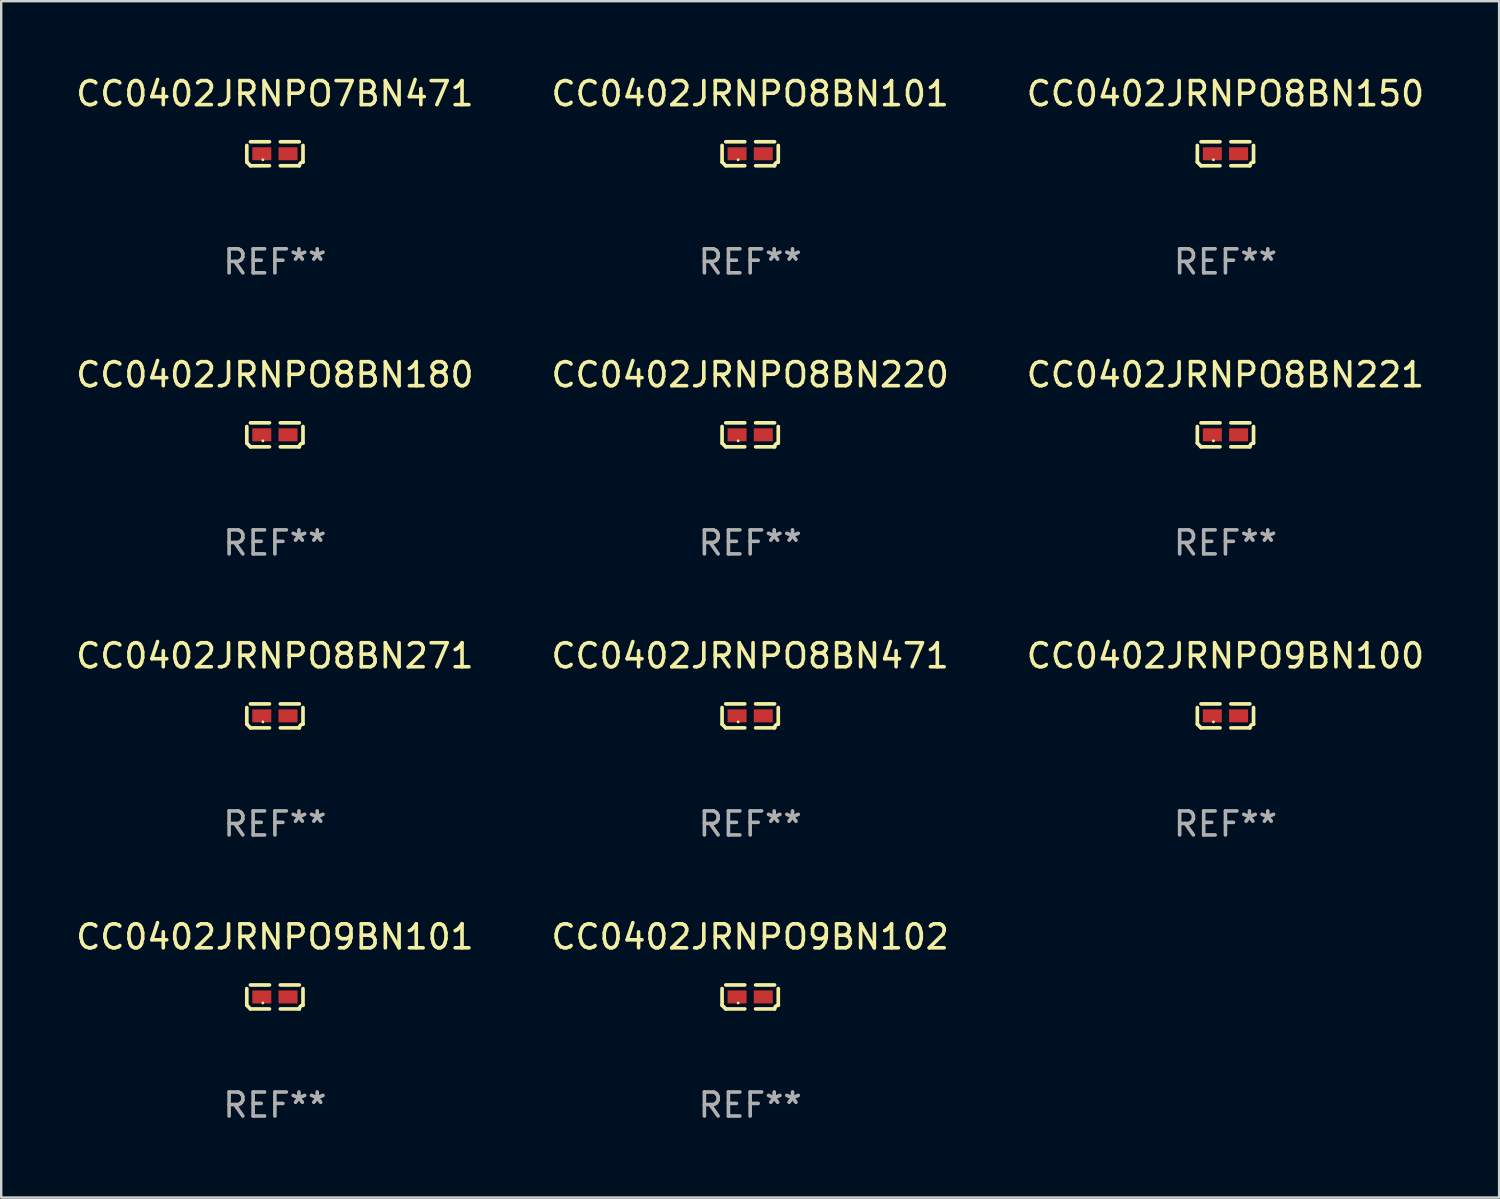
<source format=kicad_pcb>
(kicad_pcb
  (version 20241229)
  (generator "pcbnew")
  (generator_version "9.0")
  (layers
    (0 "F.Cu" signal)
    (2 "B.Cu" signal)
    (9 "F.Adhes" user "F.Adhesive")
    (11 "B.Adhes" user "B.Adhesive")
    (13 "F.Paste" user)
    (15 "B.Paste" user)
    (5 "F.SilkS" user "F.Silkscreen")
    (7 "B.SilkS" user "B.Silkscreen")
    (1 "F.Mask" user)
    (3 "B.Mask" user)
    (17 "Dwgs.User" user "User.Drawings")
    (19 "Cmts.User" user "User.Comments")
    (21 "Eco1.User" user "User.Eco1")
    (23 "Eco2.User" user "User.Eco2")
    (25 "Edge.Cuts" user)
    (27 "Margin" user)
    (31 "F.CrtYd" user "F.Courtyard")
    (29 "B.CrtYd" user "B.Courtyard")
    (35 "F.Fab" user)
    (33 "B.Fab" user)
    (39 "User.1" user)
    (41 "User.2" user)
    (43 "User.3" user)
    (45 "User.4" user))
  (footprint "CC0402JRNPO8BN180"
    (layer "F.Cu")
    (at 8.387 15.041)
    (property "Reference" "CC0402JRNPO8BN180" (at 0 -2.499 0) (layer "F.SilkS") (effects (font (size 1 1) (thickness 0.15))))
    (attr through_hole)
    (fp_line (start -1.169 0.346) (end -1.169 -0.346) (stroke (width 0.152) (type solid)) (layer "F.SilkS"))
    (fp_line (start -1.016 -0.499) (end -0.226 -0.499) (stroke (width 0.152) (type solid)) (layer "F.SilkS"))
    (fp_line (start -0.226 0.499) (end -1.016 0.499) (stroke (width 0.152) (type solid)) (layer "F.SilkS"))
    (fp_line (start 0.226 0.499) (end 1.016 0.499) (stroke (width 0.152) (type solid)) (layer "F.SilkS"))
    (fp_line (start 1.016 -0.499) (end 0.226 -0.499) (stroke (width 0.152) (type solid)) (layer "F.SilkS"))
    (fp_line (start 1.169 0.346) (end 1.169 -0.346) (stroke (width 0.152) (type solid)) (layer "F.SilkS"))
    (fp_arc (start -1.016307 0.498603) (mid -1.092512 0.422405) (end -1.16871 0.3462) (stroke (width 0.1524) (type solid)) (layer "F.SilkS"))
    (fp_arc (start 1.016307 0.498603) (mid 1.060899 0.390758) (end 1.168707 0.346076) (stroke (width 0.1524) (type solid)) (layer "F.SilkS"))
    (fp_circle (center -0.5 0.25) (end -0.47 0.25) (stroke (width 0.06) (type solid)) (fill no) (layer "F.SilkS"))
    (fp_text user "REF**" (at 0 4.499 0) (layer "F.Fab") (effects (font (size 1 1) (thickness 0.15))))
    (pad "1" smd rect (at -0.545 0) (size 0.79 0.54) (layers "F.Cu" "F.Mask" "F.Paste"))
    (pad "2" smd rect (at 0.545 0) (size 0.79 0.54) (layers "F.Cu" "F.Mask" "F.Paste")))
  (footprint "CC0402JRNPO8BN471"
    (layer "F.Cu")
    (at 28.161 26.734)
    (property "Reference" "CC0402JRNPO8BN471" (at 0 -2.499 0) (layer "F.SilkS") (effects (font (size 1 1) (thickness 0.15))))
    (attr through_hole)
    (fp_line (start -1.169 0.346) (end -1.169 -0.346) (stroke (width 0.152) (type solid)) (layer "F.SilkS"))
    (fp_line (start -1.016 -0.499) (end -0.226 -0.499) (stroke (width 0.152) (type solid)) (layer "F.SilkS"))
    (fp_line (start -0.226 0.499) (end -1.016 0.499) (stroke (width 0.152) (type solid)) (layer "F.SilkS"))
    (fp_line (start 0.226 0.499) (end 1.016 0.499) (stroke (width 0.152) (type solid)) (layer "F.SilkS"))
    (fp_line (start 1.016 -0.499) (end 0.226 -0.499) (stroke (width 0.152) (type solid)) (layer "F.SilkS"))
    (fp_line (start 1.169 0.346) (end 1.169 -0.346) (stroke (width 0.152) (type solid)) (layer "F.SilkS"))
    (fp_arc (start -1.016307 0.498603) (mid -1.092512 0.422405) (end -1.16871 0.3462) (stroke (width 0.1524) (type solid)) (layer "F.SilkS"))
    (fp_arc (start 1.016307 0.498603) (mid 1.060899 0.390758) (end 1.168707 0.346076) (stroke (width 0.1524) (type solid)) (layer "F.SilkS"))
    (fp_circle (center -0.5 0.25) (end -0.47 0.25) (stroke (width 0.06) (type solid)) (fill no) (layer "F.SilkS"))
    (fp_text user "REF**" (at 0 4.499 0) (layer "F.Fab") (effects (font (size 1 1) (thickness 0.15))))
    (pad "1" smd rect (at -0.545 0) (size 0.79 0.54) (layers "F.Cu" "F.Mask" "F.Paste"))
    (pad "2" smd rect (at 0.545 0) (size 0.79 0.54) (layers "F.Cu" "F.Mask" "F.Paste")))
  (footprint "CC0402JRNPO9BN102"
    (layer "F.Cu")
    (at 28.161 38.428)
    (property "Reference" "CC0402JRNPO9BN102" (at 0 -2.499 0) (layer "F.SilkS") (effects (font (size 1 1) (thickness 0.15))))
    (attr through_hole)
    (fp_line (start -1.169 0.346) (end -1.169 -0.346) (stroke (width 0.152) (type solid)) (layer "F.SilkS"))
    (fp_line (start -1.016 -0.499) (end -0.226 -0.499) (stroke (width 0.152) (type solid)) (layer "F.SilkS"))
    (fp_line (start -0.226 0.499) (end -1.016 0.499) (stroke (width 0.152) (type solid)) (layer "F.SilkS"))
    (fp_line (start 0.226 0.499) (end 1.016 0.499) (stroke (width 0.152) (type solid)) (layer "F.SilkS"))
    (fp_line (start 1.016 -0.499) (end 0.226 -0.499) (stroke (width 0.152) (type solid)) (layer "F.SilkS"))
    (fp_line (start 1.169 0.346) (end 1.169 -0.346) (stroke (width 0.152) (type solid)) (layer "F.SilkS"))
    (fp_arc (start -1.016307 0.498603) (mid -1.092512 0.422405) (end -1.16871 0.3462) (stroke (width 0.1524) (type solid)) (layer "F.SilkS"))
    (fp_arc (start 1.016307 0.498603) (mid 1.060899 0.390758) (end 1.168707 0.346076) (stroke (width 0.1524) (type solid)) (layer "F.SilkS"))
    (fp_circle (center -0.5 0.25) (end -0.47 0.25) (stroke (width 0.06) (type solid)) (fill no) (layer "F.SilkS"))
    (fp_text user "REF**" (at 0 4.499 0) (layer "F.Fab") (effects (font (size 1 1) (thickness 0.15))))
    (pad "1" smd rect (at -0.545 0) (size 0.79 0.54) (layers "F.Cu" "F.Mask" "F.Paste"))
    (pad "2" smd rect (at 0.545 0) (size 0.79 0.54) (layers "F.Cu" "F.Mask" "F.Paste")))
  (footprint "CC0402JRNPO8BN221"
    (layer "F.Cu")
    (at 47.935 15.041)
    (property "Reference" "CC0402JRNPO8BN221" (at 0 -2.499 0) (layer "F.SilkS") (effects (font (size 1 1) (thickness 0.15))))
    (attr through_hole)
    (fp_line (start -1.169 0.346) (end -1.169 -0.346) (stroke (width 0.152) (type solid)) (layer "F.SilkS"))
    (fp_line (start -1.016 -0.499) (end -0.226 -0.499) (stroke (width 0.152) (type solid)) (layer "F.SilkS"))
    (fp_line (start -0.226 0.499) (end -1.016 0.499) (stroke (width 0.152) (type solid)) (layer "F.SilkS"))
    (fp_line (start 0.226 0.499) (end 1.016 0.499) (stroke (width 0.152) (type solid)) (layer "F.SilkS"))
    (fp_line (start 1.016 -0.499) (end 0.226 -0.499) (stroke (width 0.152) (type solid)) (layer "F.SilkS"))
    (fp_line (start 1.169 0.346) (end 1.169 -0.346) (stroke (width 0.152) (type solid)) (layer "F.SilkS"))
    (fp_arc (start -1.016307 0.498603) (mid -1.092512 0.422405) (end -1.16871 0.3462) (stroke (width 0.1524) (type solid)) (layer "F.SilkS"))
    (fp_arc (start 1.016307 0.498603) (mid 1.060899 0.390758) (end 1.168707 0.346076) (stroke (width 0.1524) (type solid)) (layer "F.SilkS"))
    (fp_circle (center -0.5 0.25) (end -0.47 0.25) (stroke (width 0.06) (type solid)) (fill no) (layer "F.SilkS"))
    (fp_text user "REF**" (at 0 4.499 0) (layer "F.Fab") (effects (font (size 1 1) (thickness 0.15))))
    (pad "1" smd rect (at -0.545 0) (size 0.79 0.54) (layers "F.Cu" "F.Mask" "F.Paste"))
    (pad "2" smd rect (at 0.545 0) (size 0.79 0.54) (layers "F.Cu" "F.Mask" "F.Paste")))
  (footprint "CC0402JRNPO9BN100"
    (layer "F.Cu")
    (at 47.935 26.734)
    (property "Reference" "CC0402JRNPO9BN100" (at 0 -2.499 0) (layer "F.SilkS") (effects (font (size 1 1) (thickness 0.15))))
    (attr through_hole)
    (fp_line (start -1.169 0.346) (end -1.169 -0.346) (stroke (width 0.152) (type solid)) (layer "F.SilkS"))
    (fp_line (start -1.016 -0.499) (end -0.226 -0.499) (stroke (width 0.152) (type solid)) (layer "F.SilkS"))
    (fp_line (start -0.226 0.499) (end -1.016 0.499) (stroke (width 0.152) (type solid)) (layer "F.SilkS"))
    (fp_line (start 0.226 0.499) (end 1.016 0.499) (stroke (width 0.152) (type solid)) (layer "F.SilkS"))
    (fp_line (start 1.016 -0.499) (end 0.226 -0.499) (stroke (width 0.152) (type solid)) (layer "F.SilkS"))
    (fp_line (start 1.169 0.346) (end 1.169 -0.346) (stroke (width 0.152) (type solid)) (layer "F.SilkS"))
    (fp_arc (start -1.016307 0.498603) (mid -1.092512 0.422405) (end -1.16871 0.3462) (stroke (width 0.1524) (type solid)) (layer "F.SilkS"))
    (fp_arc (start 1.016307 0.498603) (mid 1.060899 0.390758) (end 1.168707 0.346076) (stroke (width 0.1524) (type solid)) (layer "F.SilkS"))
    (fp_circle (center -0.5 0.25) (end -0.47 0.25) (stroke (width 0.06) (type solid)) (fill no) (layer "F.SilkS"))
    (fp_text user "REF**" (at 0 4.499 0) (layer "F.Fab") (effects (font (size 1 1) (thickness 0.15))))
    (pad "1" smd rect (at -0.545 0) (size 0.79 0.54) (layers "F.Cu" "F.Mask" "F.Paste"))
    (pad "2" smd rect (at 0.545 0) (size 0.79 0.54) (layers "F.Cu" "F.Mask" "F.Paste")))
  (footprint "CC0402JRNPO7BN471"
    (layer "F.Cu")
    (at 8.387 3.347)
    (property "Reference" "CC0402JRNPO7BN471" (at 0 -2.499 0) (layer "F.SilkS") (effects (font (size 1 1) (thickness 0.15))))
    (attr through_hole)
    (fp_line (start -1.169 0.346) (end -1.169 -0.346) (stroke (width 0.152) (type solid)) (layer "F.SilkS"))
    (fp_line (start -1.016 -0.499) (end -0.226 -0.499) (stroke (width 0.152) (type solid)) (layer "F.SilkS"))
    (fp_line (start -0.226 0.499) (end -1.016 0.499) (stroke (width 0.152) (type solid)) (layer "F.SilkS"))
    (fp_line (start 0.226 0.499) (end 1.016 0.499) (stroke (width 0.152) (type solid)) (layer "F.SilkS"))
    (fp_line (start 1.016 -0.499) (end 0.226 -0.499) (stroke (width 0.152) (type solid)) (layer "F.SilkS"))
    (fp_line (start 1.169 0.346) (end 1.169 -0.346) (stroke (width 0.152) (type solid)) (layer "F.SilkS"))
    (fp_arc (start -1.016307 0.498603) (mid -1.092512 0.422405) (end -1.16871 0.3462) (stroke (width 0.1524) (type solid)) (layer "F.SilkS"))
    (fp_arc (start 1.016307 0.498603) (mid 1.060899 0.390758) (end 1.168707 0.346076) (stroke (width 0.1524) (type solid)) (layer "F.SilkS"))
    (fp_circle (center -0.5 0.25) (end -0.47 0.25) (stroke (width 0.06) (type solid)) (fill no) (layer "F.SilkS"))
    (fp_text user "REF**" (at 0 4.499 0) (layer "F.Fab") (effects (font (size 1 1) (thickness 0.15))))
    (pad "1" smd rect (at -0.545 0) (size 0.79 0.54) (layers "F.Cu" "F.Mask" "F.Paste"))
    (pad "2" smd rect (at 0.545 0) (size 0.79 0.54) (layers "F.Cu" "F.Mask" "F.Paste")))
  (footprint "CC0402JRNPO8BN271"
    (layer "F.Cu")
    (at 8.387 26.734)
    (property "Reference" "CC0402JRNPO8BN271" (at 0 -2.499 0) (layer "F.SilkS") (effects (font (size 1 1) (thickness 0.15))))
    (attr through_hole)
    (fp_line (start -1.169 0.346) (end -1.169 -0.346) (stroke (width 0.152) (type solid)) (layer "F.SilkS"))
    (fp_line (start -1.016 -0.499) (end -0.226 -0.499) (stroke (width 0.152) (type solid)) (layer "F.SilkS"))
    (fp_line (start -0.226 0.499) (end -1.016 0.499) (stroke (width 0.152) (type solid)) (layer "F.SilkS"))
    (fp_line (start 0.226 0.499) (end 1.016 0.499) (stroke (width 0.152) (type solid)) (layer "F.SilkS"))
    (fp_line (start 1.016 -0.499) (end 0.226 -0.499) (stroke (width 0.152) (type solid)) (layer "F.SilkS"))
    (fp_line (start 1.169 0.346) (end 1.169 -0.346) (stroke (width 0.152) (type solid)) (layer "F.SilkS"))
    (fp_arc (start -1.016307 0.498603) (mid -1.092512 0.422405) (end -1.16871 0.3462) (stroke (width 0.1524) (type solid)) (layer "F.SilkS"))
    (fp_arc (start 1.016307 0.498603) (mid 1.060899 0.390758) (end 1.168707 0.346076) (stroke (width 0.1524) (type solid)) (layer "F.SilkS"))
    (fp_circle (center -0.5 0.25) (end -0.47 0.25) (stroke (width 0.06) (type solid)) (fill no) (layer "F.SilkS"))
    (fp_text user "REF**" (at 0 4.499 0) (layer "F.Fab") (effects (font (size 1 1) (thickness 0.15))))
    (pad "1" smd rect (at -0.545 0) (size 0.79 0.54) (layers "F.Cu" "F.Mask" "F.Paste"))
    (pad "2" smd rect (at 0.545 0) (size 0.79 0.54) (layers "F.Cu" "F.Mask" "F.Paste")))
  (footprint "CC0402JRNPO8BN101"
    (layer "F.Cu")
    (at 28.161 3.347)
    (property "Reference" "CC0402JRNPO8BN101" (at 0 -2.499 0) (layer "F.SilkS") (effects (font (size 1 1) (thickness 0.15))))
    (attr through_hole)
    (fp_line (start -1.169 0.346) (end -1.169 -0.346) (stroke (width 0.152) (type solid)) (layer "F.SilkS"))
    (fp_line (start -1.016 -0.499) (end -0.226 -0.499) (stroke (width 0.152) (type solid)) (layer "F.SilkS"))
    (fp_line (start -0.226 0.499) (end -1.016 0.499) (stroke (width 0.152) (type solid)) (layer "F.SilkS"))
    (fp_line (start 0.226 0.499) (end 1.016 0.499) (stroke (width 0.152) (type solid)) (layer "F.SilkS"))
    (fp_line (start 1.016 -0.499) (end 0.226 -0.499) (stroke (width 0.152) (type solid)) (layer "F.SilkS"))
    (fp_line (start 1.169 0.346) (end 1.169 -0.346) (stroke (width 0.152) (type solid)) (layer "F.SilkS"))
    (fp_arc (start -1.016307 0.498603) (mid -1.092512 0.422405) (end -1.16871 0.3462) (stroke (width 0.1524) (type solid)) (layer "F.SilkS"))
    (fp_arc (start 1.016307 0.498603) (mid 1.060899 0.390758) (end 1.168707 0.346076) (stroke (width 0.1524) (type solid)) (layer "F.SilkS"))
    (fp_circle (center -0.5 0.25) (end -0.47 0.25) (stroke (width 0.06) (type solid)) (fill no) (layer "F.SilkS"))
    (fp_text user "REF**" (at 0 4.499 0) (layer "F.Fab") (effects (font (size 1 1) (thickness 0.15))))
    (pad "1" smd rect (at -0.545 0) (size 0.79 0.54) (layers "F.Cu" "F.Mask" "F.Paste"))
    (pad "2" smd rect (at 0.545 0) (size 0.79 0.54) (layers "F.Cu" "F.Mask" "F.Paste")))
  (footprint "CC0402JRNPO9BN101"
    (layer "F.Cu")
    (at 8.387 38.428)
    (property "Reference" "CC0402JRNPO9BN101" (at 0 -2.499 0) (layer "F.SilkS") (effects (font (size 1 1) (thickness 0.15))))
    (attr through_hole)
    (fp_line (start -1.169 0.346) (end -1.169 -0.346) (stroke (width 0.152) (type solid)) (layer "F.SilkS"))
    (fp_line (start -1.016 -0.499) (end -0.226 -0.499) (stroke (width 0.152) (type solid)) (layer "F.SilkS"))
    (fp_line (start -0.226 0.499) (end -1.016 0.499) (stroke (width 0.152) (type solid)) (layer "F.SilkS"))
    (fp_line (start 0.226 0.499) (end 1.016 0.499) (stroke (width 0.152) (type solid)) (layer "F.SilkS"))
    (fp_line (start 1.016 -0.499) (end 0.226 -0.499) (stroke (width 0.152) (type solid)) (layer "F.SilkS"))
    (fp_line (start 1.169 0.346) (end 1.169 -0.346) (stroke (width 0.152) (type solid)) (layer "F.SilkS"))
    (fp_arc (start -1.016307 0.498603) (mid -1.092512 0.422405) (end -1.16871 0.3462) (stroke (width 0.1524) (type solid)) (layer "F.SilkS"))
    (fp_arc (start 1.016307 0.498603) (mid 1.060899 0.390758) (end 1.168707 0.346076) (stroke (width 0.1524) (type solid)) (layer "F.SilkS"))
    (fp_circle (center -0.5 0.25) (end -0.47 0.25) (stroke (width 0.06) (type solid)) (fill no) (layer "F.SilkS"))
    (fp_text user "REF**" (at 0 4.499 0) (layer "F.Fab") (effects (font (size 1 1) (thickness 0.15))))
    (pad "1" smd rect (at -0.545 0) (size 0.79 0.54) (layers "F.Cu" "F.Mask" "F.Paste"))
    (pad "2" smd rect (at 0.545 0) (size 0.79 0.54) (layers "F.Cu" "F.Mask" "F.Paste")))
  (footprint "CC0402JRNPO8BN150"
    (layer "F.Cu")
    (at 47.935 3.347)
    (property "Reference" "CC0402JRNPO8BN150" (at 0 -2.499 0) (layer "F.SilkS") (effects (font (size 1 1) (thickness 0.15))))
    (attr through_hole)
    (fp_line (start -1.169 0.346) (end -1.169 -0.346) (stroke (width 0.152) (type solid)) (layer "F.SilkS"))
    (fp_line (start -1.016 -0.499) (end -0.226 -0.499) (stroke (width 0.152) (type solid)) (layer "F.SilkS"))
    (fp_line (start -0.226 0.499) (end -1.016 0.499) (stroke (width 0.152) (type solid)) (layer "F.SilkS"))
    (fp_line (start 0.226 0.499) (end 1.016 0.499) (stroke (width 0.152) (type solid)) (layer "F.SilkS"))
    (fp_line (start 1.016 -0.499) (end 0.226 -0.499) (stroke (width 0.152) (type solid)) (layer "F.SilkS"))
    (fp_line (start 1.169 0.346) (end 1.169 -0.346) (stroke (width 0.152) (type solid)) (layer "F.SilkS"))
    (fp_arc (start -1.016307 0.498603) (mid -1.092512 0.422405) (end -1.16871 0.3462) (stroke (width 0.1524) (type solid)) (layer "F.SilkS"))
    (fp_arc (start 1.016307 0.498603) (mid 1.060899 0.390758) (end 1.168707 0.346076) (stroke (width 0.1524) (type solid)) (layer "F.SilkS"))
    (fp_circle (center -0.5 0.25) (end -0.47 0.25) (stroke (width 0.06) (type solid)) (fill no) (layer "F.SilkS"))
    (fp_text user "REF**" (at 0 4.499 0) (layer "F.Fab") (effects (font (size 1 1) (thickness 0.15))))
    (pad "1" smd rect (at -0.545 0) (size 0.79 0.54) (layers "F.Cu" "F.Mask" "F.Paste"))
    (pad "2" smd rect (at 0.545 0) (size 0.79 0.54) (layers "F.Cu" "F.Mask" "F.Paste")))
  (footprint "CC0402JRNPO8BN220"
    (layer "F.Cu")
    (at 28.161 15.041)
    (property "Reference" "CC0402JRNPO8BN220" (at 0 -2.499 0) (layer "F.SilkS") (effects (font (size 1 1) (thickness 0.15))))
    (attr through_hole)
    (fp_line (start -1.169 0.346) (end -1.169 -0.346) (stroke (width 0.152) (type solid)) (layer "F.SilkS"))
    (fp_line (start -1.016 -0.499) (end -0.226 -0.499) (stroke (width 0.152) (type solid)) (layer "F.SilkS"))
    (fp_line (start -0.226 0.499) (end -1.016 0.499) (stroke (width 0.152) (type solid)) (layer "F.SilkS"))
    (fp_line (start 0.226 0.499) (end 1.016 0.499) (stroke (width 0.152) (type solid)) (layer "F.SilkS"))
    (fp_line (start 1.016 -0.499) (end 0.226 -0.499) (stroke (width 0.152) (type solid)) (layer "F.SilkS"))
    (fp_line (start 1.169 0.346) (end 1.169 -0.346) (stroke (width 0.152) (type solid)) (layer "F.SilkS"))
    (fp_arc (start -1.016307 0.498603) (mid -1.092512 0.422405) (end -1.16871 0.3462) (stroke (width 0.1524) (type solid)) (layer "F.SilkS"))
    (fp_arc (start 1.016307 0.498603) (mid 1.060899 0.390758) (end 1.168707 0.346076) (stroke (width 0.1524) (type solid)) (layer "F.SilkS"))
    (fp_circle (center -0.5 0.25) (end -0.47 0.25) (stroke (width 0.06) (type solid)) (fill no) (layer "F.SilkS"))
    (fp_text user "REF**" (at 0 4.499 0) (layer "F.Fab") (effects (font (size 1 1) (thickness 0.15))))
    (pad "1" smd rect (at -0.545 0) (size 0.79 0.54) (layers "F.Cu" "F.Mask" "F.Paste"))
    (pad "2" smd rect (at 0.545 0) (size 0.79 0.54) (layers "F.Cu" "F.Mask" "F.Paste")))
  (gr_rect
    (start -3 -3)
    (end 59.321 46.775)
    (stroke (width 0.1) (type default))
    (fill no)
    (layer "Edge.Cuts")))
</source>
